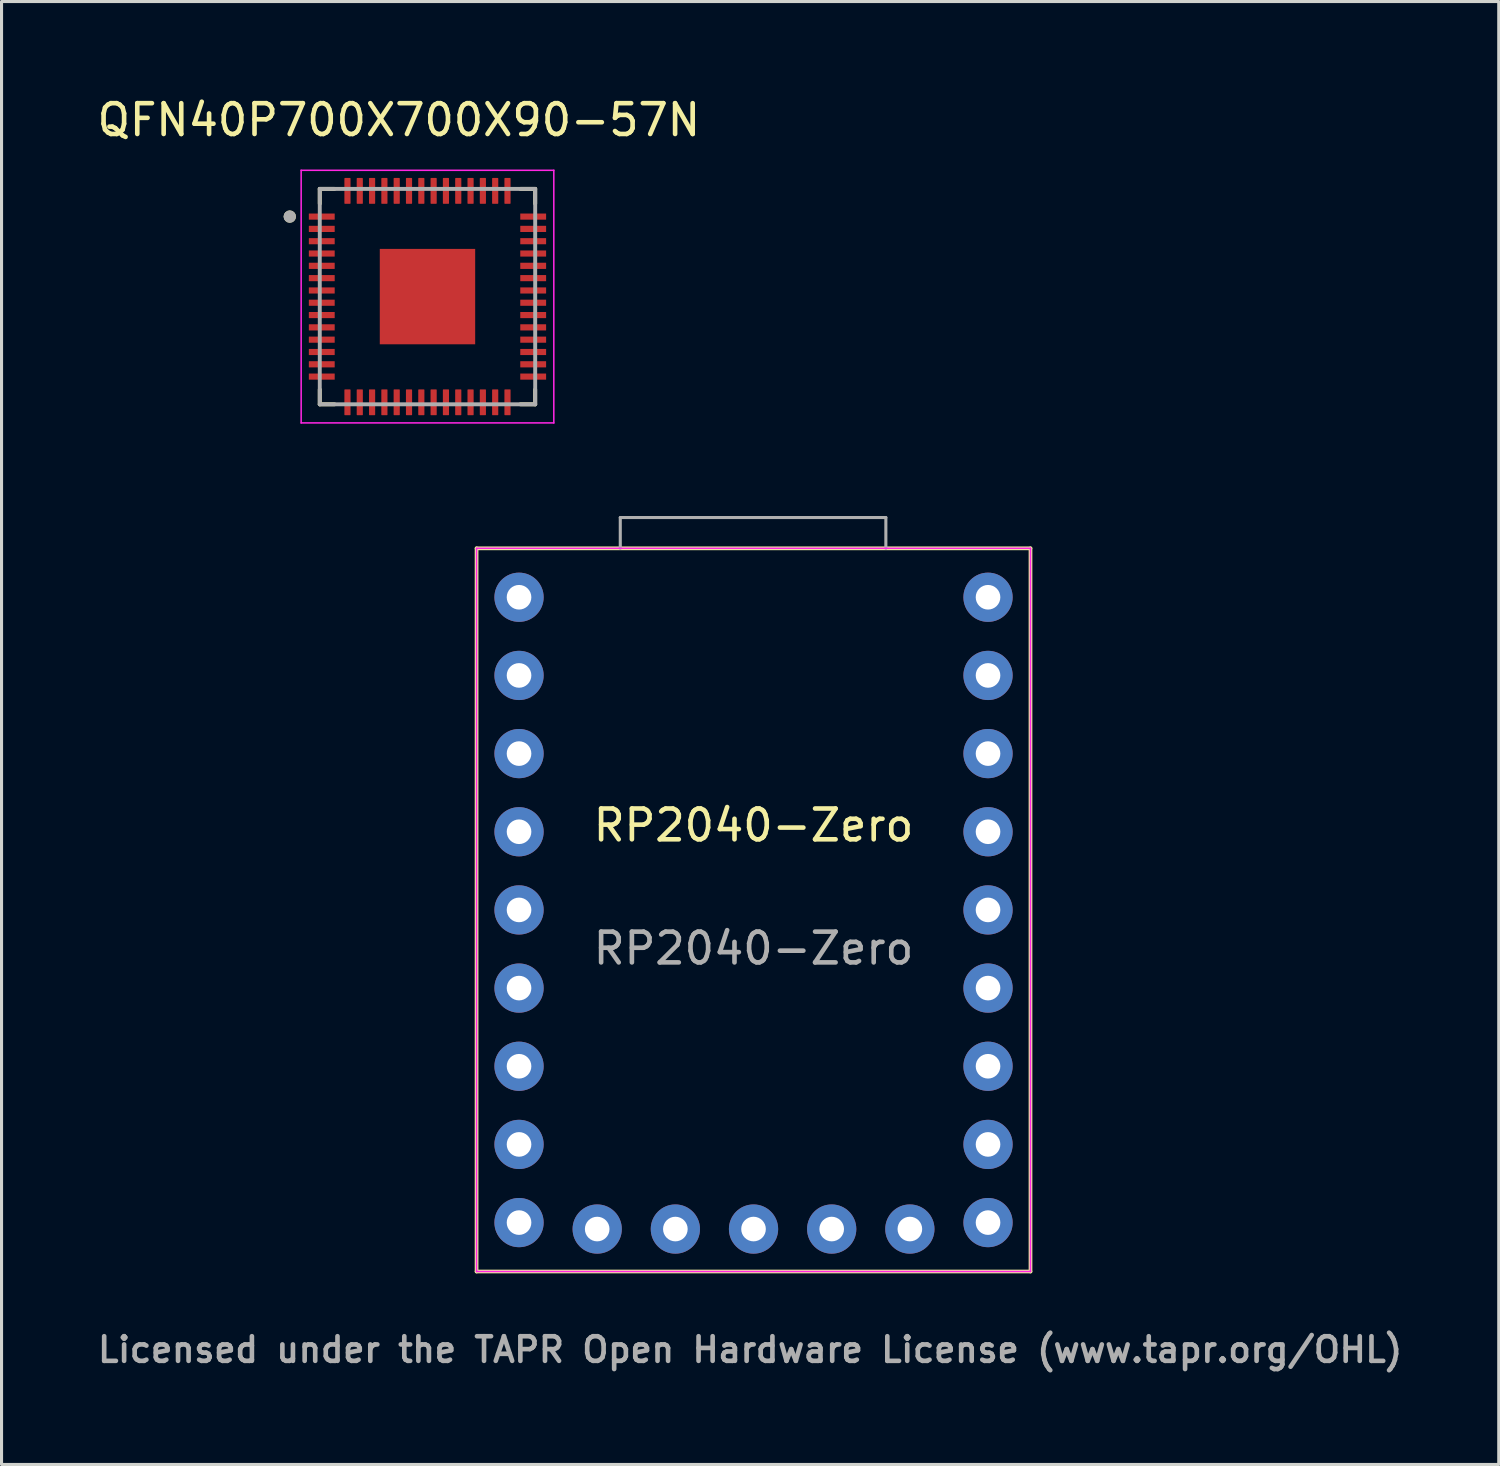
<source format=kicad_pcb>
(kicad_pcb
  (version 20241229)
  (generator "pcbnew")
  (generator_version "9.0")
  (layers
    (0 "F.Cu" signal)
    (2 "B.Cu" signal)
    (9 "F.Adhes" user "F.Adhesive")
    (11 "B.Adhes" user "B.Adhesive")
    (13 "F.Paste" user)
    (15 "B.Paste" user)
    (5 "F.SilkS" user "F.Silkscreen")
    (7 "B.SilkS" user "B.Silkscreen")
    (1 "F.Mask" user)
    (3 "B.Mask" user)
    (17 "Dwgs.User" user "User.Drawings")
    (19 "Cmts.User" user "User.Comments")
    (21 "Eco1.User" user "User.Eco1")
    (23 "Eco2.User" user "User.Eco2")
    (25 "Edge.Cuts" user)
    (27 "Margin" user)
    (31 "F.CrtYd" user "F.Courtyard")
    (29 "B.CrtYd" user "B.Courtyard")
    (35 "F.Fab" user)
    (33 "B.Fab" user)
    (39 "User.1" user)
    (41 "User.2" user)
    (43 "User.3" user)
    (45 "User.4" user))
  (footprint "RP2040-Zero"
    (layer "F.Cu")
    (at 12.436 38.268)
    (property "Reference" "RP2040-Zero" (at 9 -14.5 0) (unlocked yes) (layer "F.SilkS") (effects (font (size 1 1) (thickness 0.15))))
    (attr through_hole)
    (fp_line (start 0 -23.5) (end 0 0) (stroke (width 0.12) (type solid)) (layer "F.SilkS"))
    (fp_line (start 0 0) (end 18 0) (stroke (width 0.12) (type solid)) (layer "F.SilkS"))
    (fp_line (start 18 -23.5) (end 0 -23.5) (stroke (width 0.12) (type solid)) (layer "F.SilkS"))
    (fp_line (start 18 0) (end 18 -23.5) (stroke (width 0.12) (type solid)) (layer "F.SilkS"))
    (fp_line (start 0 -23.5) (end 18 -23.5) (stroke (width 0.05) (type solid)) (layer "F.CrtYd"))
    (fp_line (start 0 0) (end 0 -23.5) (stroke (width 0.05) (type solid)) (layer "F.CrtYd"))
    (fp_line (start 18 -23.5) (end 18 0) (stroke (width 0.05) (type solid)) (layer "F.CrtYd"))
    (fp_line (start 18 0) (end 0 0) (stroke (width 0.05) (type solid)) (layer "F.CrtYd"))
    (fp_line (start 4.67 -24.5) (end 4.67 -23.5) (stroke (width 0.1) (type solid)) (layer "F.Fab"))
    (fp_line (start 4.67 -24.5) (end 13.3 -24.5) (stroke (width 0.1) (type solid)) (layer "F.Fab"))
    (fp_line (start 13.3 -24.5) (end 13.3 -23.5) (stroke (width 0.1) (type solid)) (layer "F.Fab"))
    (fp_text user "${REFERENCE}" (at 9 -10.5 0) (unlocked yes) (layer "F.Fab") (effects (font (size 1 1) (thickness 0.15))))
    (fp_text user "Licensed under the TAPR Open Hardware License (www.tapr.org/OHL)" (at 8.89 2.54 0) (unlocked yes) (layer "F.Fab") (effects (font (size 0.8 0.8) (thickness 0.15))))
    (pad "1" thru_hole circle (at 16.62 -21.91) (size 1.6 1.6) (drill 0.8) (layers "*.Cu" "*.Mask"))
    (pad "2" thru_hole circle (at 16.62 -19.37) (size 1.6 1.6) (drill 0.8) (layers "*.Cu" "*.Mask"))
    (pad "3" thru_hole circle (at 16.62 -16.83) (size 1.6 1.6) (drill 0.8) (layers "*.Cu" "*.Mask"))
    (pad "4" thru_hole circle (at 16.62 -14.29) (size 1.6 1.6) (drill 0.8) (layers "*.Cu" "*.Mask"))
    (pad "5" thru_hole circle (at 16.62 -11.75) (size 1.6 1.6) (drill 0.8) (layers "*.Cu" "*.Mask"))
    (pad "6" thru_hole circle (at 16.62 -9.21) (size 1.6 1.6) (drill 0.8) (layers "*.Cu" "*.Mask"))
    (pad "7" thru_hole circle (at 16.62 -6.67) (size 1.6 1.6) (drill 0.8) (layers "*.Cu" "*.Mask"))
    (pad "8" thru_hole circle (at 16.62 -4.13) (size 1.6 1.6) (drill 0.8) (layers "*.Cu" "*.Mask"))
    (pad "9" thru_hole circle (at 16.62 -1.59) (size 1.6 1.6) (drill 0.8) (layers "*.Cu" "*.Mask"))
    (pad "10" thru_hole circle (at 14.08 -1.38) (size 1.6 1.6) (drill 0.8) (layers "*.Cu" "*.Mask"))
    (pad "11" thru_hole circle (at 11.54 -1.38) (size 1.6 1.6) (drill 0.8) (layers "*.Cu" "*.Mask"))
    (pad "12" thru_hole circle (at 9 -1.38) (size 1.6 1.6) (drill 0.8) (layers "*.Cu" "*.Mask"))
    (pad "13" thru_hole circle (at 6.46 -1.38) (size 1.6 1.6) (drill 0.8) (layers "*.Cu" "*.Mask"))
    (pad "14" thru_hole circle (at 3.92 -1.38) (size 1.6 1.6) (drill 0.8) (layers "*.Cu" "*.Mask"))
    (pad "15" thru_hole circle (at 1.38 -1.59) (size 1.6 1.6) (drill 0.8) (layers "*.Cu" "*.Mask"))
    (pad "16" thru_hole circle (at 1.38 -4.13) (size 1.6 1.6) (drill 0.8) (layers "*.Cu" "*.Mask"))
    (pad "17" thru_hole circle (at 1.38 -6.67) (size 1.6 1.6) (drill 0.8) (layers "*.Cu" "*.Mask"))
    (pad "18" thru_hole circle (at 1.38 -9.21) (size 1.6 1.6) (drill 0.8) (layers "*.Cu" "*.Mask"))
    (pad "19" thru_hole circle (at 1.38 -11.75) (size 1.6 1.6) (drill 0.8) (layers "*.Cu" "*.Mask"))
    (pad "20" thru_hole circle (at 1.38 -14.29) (size 1.6 1.6) (drill 0.8) (layers "*.Cu" "*.Mask"))
    (pad "21" thru_hole circle (at 1.38 -16.83) (size 1.6 1.6) (drill 0.8) (layers "*.Cu" "*.Mask"))
    (pad "22" thru_hole circle (at 1.38 -21.91) (size 1.6 1.6) (drill 0.8) (layers "*.Cu" "*.Mask"))
    (pad "23" thru_hole circle (at 1.38 -19.37) (size 1.6 1.6) (drill 0.8) (layers "*.Cu" "*.Mask")))
  (footprint "QFN40P700X700X90-57N"
    (layer "F.Cu")
    (at 10.841 6.588)
    (property "Reference" "QFN40P700X700X90-57N" (at -0.93 -5.74 0) (layer "F.SilkS") (effects (font (size 1 1) (thickness 0.15))))
    (attr smd)
    (fp_line (start -3.5 -3.5) (end -3.5 -3.02) (stroke (width 0.127) (type solid)) (layer "F.SilkS"))
    (fp_line (start -3.5 -3.5) (end -3.02 -3.5) (stroke (width 0.127) (type solid)) (layer "F.SilkS"))
    (fp_line (start -3.5 3.5) (end -3.5 3.02) (stroke (width 0.127) (type solid)) (layer "F.SilkS"))
    (fp_line (start -3.5 3.5) (end -3.02 3.5) (stroke (width 0.127) (type solid)) (layer "F.SilkS"))
    (fp_line (start 3.5 -3.5) (end 3.02 -3.5) (stroke (width 0.127) (type solid)) (layer "F.SilkS"))
    (fp_line (start 3.5 -3.5) (end 3.5 -3.02) (stroke (width 0.127) (type solid)) (layer "F.SilkS"))
    (fp_line (start 3.5 3.5) (end 3.02 3.5) (stroke (width 0.127) (type solid)) (layer "F.SilkS"))
    (fp_line (start 3.5 3.5) (end 3.5 3.02) (stroke (width 0.127) (type solid)) (layer "F.SilkS"))
    (fp_circle (center -4.475 -2.6) (end -4.375 -2.6) (stroke (width 0.2) (type solid)) (fill no) (layer "F.SilkS"))
    (fp_poly (pts (xy -0.98 -0.98) (xy 0.98 -0.98) (xy 0.98 0.98) (xy -0.98 0.98)) (stroke (width 0.01) (type solid)) (fill yes) (layer "F.Paste"))
    (fp_line (start -4.105 -4.105) (end 4.105 -4.105) (stroke (width 0.05) (type solid)) (layer "F.CrtYd"))
    (fp_line (start -4.105 4.105) (end -4.105 -4.105) (stroke (width 0.05) (type solid)) (layer "F.CrtYd"))
    (fp_line (start -4.105 4.105) (end 4.105 4.105) (stroke (width 0.05) (type solid)) (layer "F.CrtYd"))
    (fp_line (start 4.105 4.105) (end 4.105 -4.105) (stroke (width 0.05) (type solid)) (layer "F.CrtYd"))
    (fp_line (start -3.5 3.5) (end -3.5 -3.5) (stroke (width 0.127) (type solid)) (layer "F.Fab"))
    (fp_line (start 3.5 -3.5) (end -3.5 -3.5) (stroke (width 0.127) (type solid)) (layer "F.Fab"))
    (fp_line (start 3.5 3.5) (end -3.5 3.5) (stroke (width 0.127) (type solid)) (layer "F.Fab"))
    (fp_line (start 3.5 3.5) (end 3.5 -3.5) (stroke (width 0.127) (type solid)) (layer "F.Fab"))
    (fp_circle (center -4.475 -2.6) (end -4.375 -2.6) (stroke (width 0.2) (type solid)) (fill no) (layer "F.Fab"))
    (pad "1" smd roundrect (at -3.435 -2.6) (size 0.84 0.2) (layers "F.Cu" "F.Mask" "F.Paste") (roundrect_rratio 0.03))
    (pad "2" smd roundrect (at -3.435 -2.2) (size 0.84 0.2) (layers "F.Cu" "F.Mask" "F.Paste") (roundrect_rratio 0.03))
    (pad "3" smd roundrect (at -3.435 -1.8) (size 0.84 0.2) (layers "F.Cu" "F.Mask" "F.Paste") (roundrect_rratio 0.03))
    (pad "4" smd roundrect (at -3.435 -1.4) (size 0.84 0.2) (layers "F.Cu" "F.Mask" "F.Paste") (roundrect_rratio 0.03))
    (pad "5" smd roundrect (at -3.435 -1) (size 0.84 0.2) (layers "F.Cu" "F.Mask" "F.Paste") (roundrect_rratio 0.03))
    (pad "6" smd roundrect (at -3.435 -0.6) (size 0.84 0.2) (layers "F.Cu" "F.Mask" "F.Paste") (roundrect_rratio 0.03))
    (pad "7" smd roundrect (at -3.435 -0.2) (size 0.84 0.2) (layers "F.Cu" "F.Mask" "F.Paste") (roundrect_rratio 0.03))
    (pad "8" smd roundrect (at -3.435 0.2) (size 0.84 0.2) (layers "F.Cu" "F.Mask" "F.Paste") (roundrect_rratio 0.03))
    (pad "9" smd roundrect (at -3.435 0.6) (size 0.84 0.2) (layers "F.Cu" "F.Mask" "F.Paste") (roundrect_rratio 0.03))
    (pad "10" smd roundrect (at -3.435 1) (size 0.84 0.2) (layers "F.Cu" "F.Mask" "F.Paste") (roundrect_rratio 0.03))
    (pad "11" smd roundrect (at -3.435 1.4) (size 0.84 0.2) (layers "F.Cu" "F.Mask" "F.Paste") (roundrect_rratio 0.03))
    (pad "12" smd roundrect (at -3.435 1.8) (size 0.84 0.2) (layers "F.Cu" "F.Mask" "F.Paste") (roundrect_rratio 0.03))
    (pad "13" smd roundrect (at -3.435 2.2) (size 0.84 0.2) (layers "F.Cu" "F.Mask" "F.Paste") (roundrect_rratio 0.03))
    (pad "14" smd roundrect (at -3.435 2.6) (size 0.84 0.2) (layers "F.Cu" "F.Mask" "F.Paste") (roundrect_rratio 0.03))
    (pad "15" smd roundrect (at -2.6 3.435) (size 0.2 0.84) (layers "F.Cu" "F.Mask" "F.Paste") (roundrect_rratio 0.1))
    (pad "16" smd roundrect (at -2.2 3.435) (size 0.2 0.84) (layers "F.Cu" "F.Mask" "F.Paste") (roundrect_rratio 0.1))
    (pad "17" smd roundrect (at -1.8 3.435) (size 0.2 0.84) (layers "F.Cu" "F.Mask" "F.Paste") (roundrect_rratio 0.1))
    (pad "18" smd roundrect (at -1.4 3.435) (size 0.2 0.84) (layers "F.Cu" "F.Mask" "F.Paste") (roundrect_rratio 0.1))
    (pad "19" smd roundrect (at -1 3.435) (size 0.2 0.84) (layers "F.Cu" "F.Mask" "F.Paste") (roundrect_rratio 0.1))
    (pad "20" smd roundrect (at -0.6 3.435) (size 0.2 0.84) (layers "F.Cu" "F.Mask" "F.Paste") (roundrect_rratio 0.1))
    (pad "21" smd roundrect (at -0.2 3.435) (size 0.2 0.84) (layers "F.Cu" "F.Mask" "F.Paste") (roundrect_rratio 0.1))
    (pad "22" smd roundrect (at 0.2 3.435) (size 0.2 0.84) (layers "F.Cu" "F.Mask" "F.Paste") (roundrect_rratio 0.1))
    (pad "23" smd roundrect (at 0.6 3.435) (size 0.2 0.84) (layers "F.Cu" "F.Mask" "F.Paste") (roundrect_rratio 0.1))
    (pad "24" smd roundrect (at 1 3.435) (size 0.2 0.84) (layers "F.Cu" "F.Mask" "F.Paste") (roundrect_rratio 0.1))
    (pad "25" smd roundrect (at 1.4 3.435) (size 0.2 0.84) (layers "F.Cu" "F.Mask" "F.Paste") (roundrect_rratio 0.1))
    (pad "26" smd roundrect (at 1.8 3.435) (size 0.2 0.84) (layers "F.Cu" "F.Mask" "F.Paste") (roundrect_rratio 0.1))
    (pad "27" smd roundrect (at 2.2 3.435) (size 0.2 0.84) (layers "F.Cu" "F.Mask" "F.Paste") (roundrect_rratio 0.1))
    (pad "28" smd roundrect (at 2.6 3.435) (size 0.2 0.84) (layers "F.Cu" "F.Mask" "F.Paste") (roundrect_rratio 0.1))
    (pad "29" smd roundrect (at 3.435 2.6) (size 0.84 0.2) (layers "F.Cu" "F.Mask" "F.Paste") (roundrect_rratio 0.03))
    (pad "30" smd roundrect (at 3.435 2.2) (size 0.84 0.2) (layers "F.Cu" "F.Mask" "F.Paste") (roundrect_rratio 0.03))
    (pad "31" smd roundrect (at 3.435 1.8) (size 0.84 0.2) (layers "F.Cu" "F.Mask" "F.Paste") (roundrect_rratio 0.03))
    (pad "32" smd roundrect (at 3.435 1.4) (size 0.84 0.2) (layers "F.Cu" "F.Mask" "F.Paste") (roundrect_rratio 0.03))
    (pad "33" smd roundrect (at 3.435 1) (size 0.84 0.2) (layers "F.Cu" "F.Mask" "F.Paste") (roundrect_rratio 0.03))
    (pad "34" smd roundrect (at 3.435 0.6) (size 0.84 0.2) (layers "F.Cu" "F.Mask" "F.Paste") (roundrect_rratio 0.03))
    (pad "35" smd roundrect (at 3.435 0.2) (size 0.84 0.2) (layers "F.Cu" "F.Mask" "F.Paste") (roundrect_rratio 0.03))
    (pad "36" smd roundrect (at 3.435 -0.2) (size 0.84 0.2) (layers "F.Cu" "F.Mask" "F.Paste") (roundrect_rratio 0.03))
    (pad "37" smd roundrect (at 3.435 -0.6) (size 0.84 0.2) (layers "F.Cu" "F.Mask" "F.Paste") (roundrect_rratio 0.03))
    (pad "38" smd roundrect (at 3.435 -1) (size 0.84 0.2) (layers "F.Cu" "F.Mask" "F.Paste") (roundrect_rratio 0.03))
    (pad "39" smd roundrect (at 3.435 -1.4) (size 0.84 0.2) (layers "F.Cu" "F.Mask" "F.Paste") (roundrect_rratio 0.03))
    (pad "40" smd roundrect (at 3.435 -1.8) (size 0.84 0.2) (layers "F.Cu" "F.Mask" "F.Paste") (roundrect_rratio 0.03))
    (pad "41" smd roundrect (at 3.435 -2.2) (size 0.84 0.2) (layers "F.Cu" "F.Mask" "F.Paste") (roundrect_rratio 0.03))
    (pad "42" smd roundrect (at 3.435 -2.6) (size 0.84 0.2) (layers "F.Cu" "F.Mask" "F.Paste") (roundrect_rratio 0.03))
    (pad "43" smd roundrect (at 2.6 -3.435) (size 0.2 0.84) (layers "F.Cu" "F.Mask" "F.Paste") (roundrect_rratio 0.1))
    (pad "44" smd roundrect (at 2.2 -3.435) (size 0.2 0.84) (layers "F.Cu" "F.Mask" "F.Paste") (roundrect_rratio 0.1))
    (pad "45" smd roundrect (at 1.8 -3.435) (size 0.2 0.84) (layers "F.Cu" "F.Mask" "F.Paste") (roundrect_rratio 0.1))
    (pad "46" smd roundrect (at 1.4 -3.435) (size 0.2 0.84) (layers "F.Cu" "F.Mask" "F.Paste") (roundrect_rratio 0.1))
    (pad "47" smd roundrect (at 1 -3.435) (size 0.2 0.84) (layers "F.Cu" "F.Mask" "F.Paste") (roundrect_rratio 0.1))
    (pad "48" smd roundrect (at 0.6 -3.435) (size 0.2 0.84) (layers "F.Cu" "F.Mask" "F.Paste") (roundrect_rratio 0.1))
    (pad "49" smd roundrect (at 0.2 -3.435) (size 0.2 0.84) (layers "F.Cu" "F.Mask" "F.Paste") (roundrect_rratio 0.1))
    (pad "50" smd roundrect (at -0.2 -3.435) (size 0.2 0.84) (layers "F.Cu" "F.Mask" "F.Paste") (roundrect_rratio 0.1))
    (pad "51" smd roundrect (at -0.6 -3.435) (size 0.2 0.84) (layers "F.Cu" "F.Mask" "F.Paste") (roundrect_rratio 0.1))
    (pad "52" smd roundrect (at -1 -3.435) (size 0.2 0.84) (layers "F.Cu" "F.Mask" "F.Paste") (roundrect_rratio 0.1))
    (pad "53" smd roundrect (at -1.4 -3.435) (size 0.2 0.84) (layers "F.Cu" "F.Mask" "F.Paste") (roundrect_rratio 0.1))
    (pad "54" smd roundrect (at -1.8 -3.435) (size 0.2 0.84) (layers "F.Cu" "F.Mask" "F.Paste") (roundrect_rratio 0.1))
    (pad "55" smd roundrect (at -2.2 -3.435) (size 0.2 0.84) (layers "F.Cu" "F.Mask" "F.Paste") (roundrect_rratio 0.1))
    (pad "56" smd roundrect (at -2.6 -3.435) (size 0.2 0.84) (layers "F.Cu" "F.Mask" "F.Paste") (roundrect_rratio 0.1))
    (pad "57" smd rect (at 0 0) (size 3.1 3.1) (layers "F.Cu" "F.Mask")))
  (gr_rect
    (start -3 -3)
    (end 45.652 44.539)
    (stroke (width 0.1) (type default))
    (fill no)
    (layer "Edge.Cuts")))
</source>
